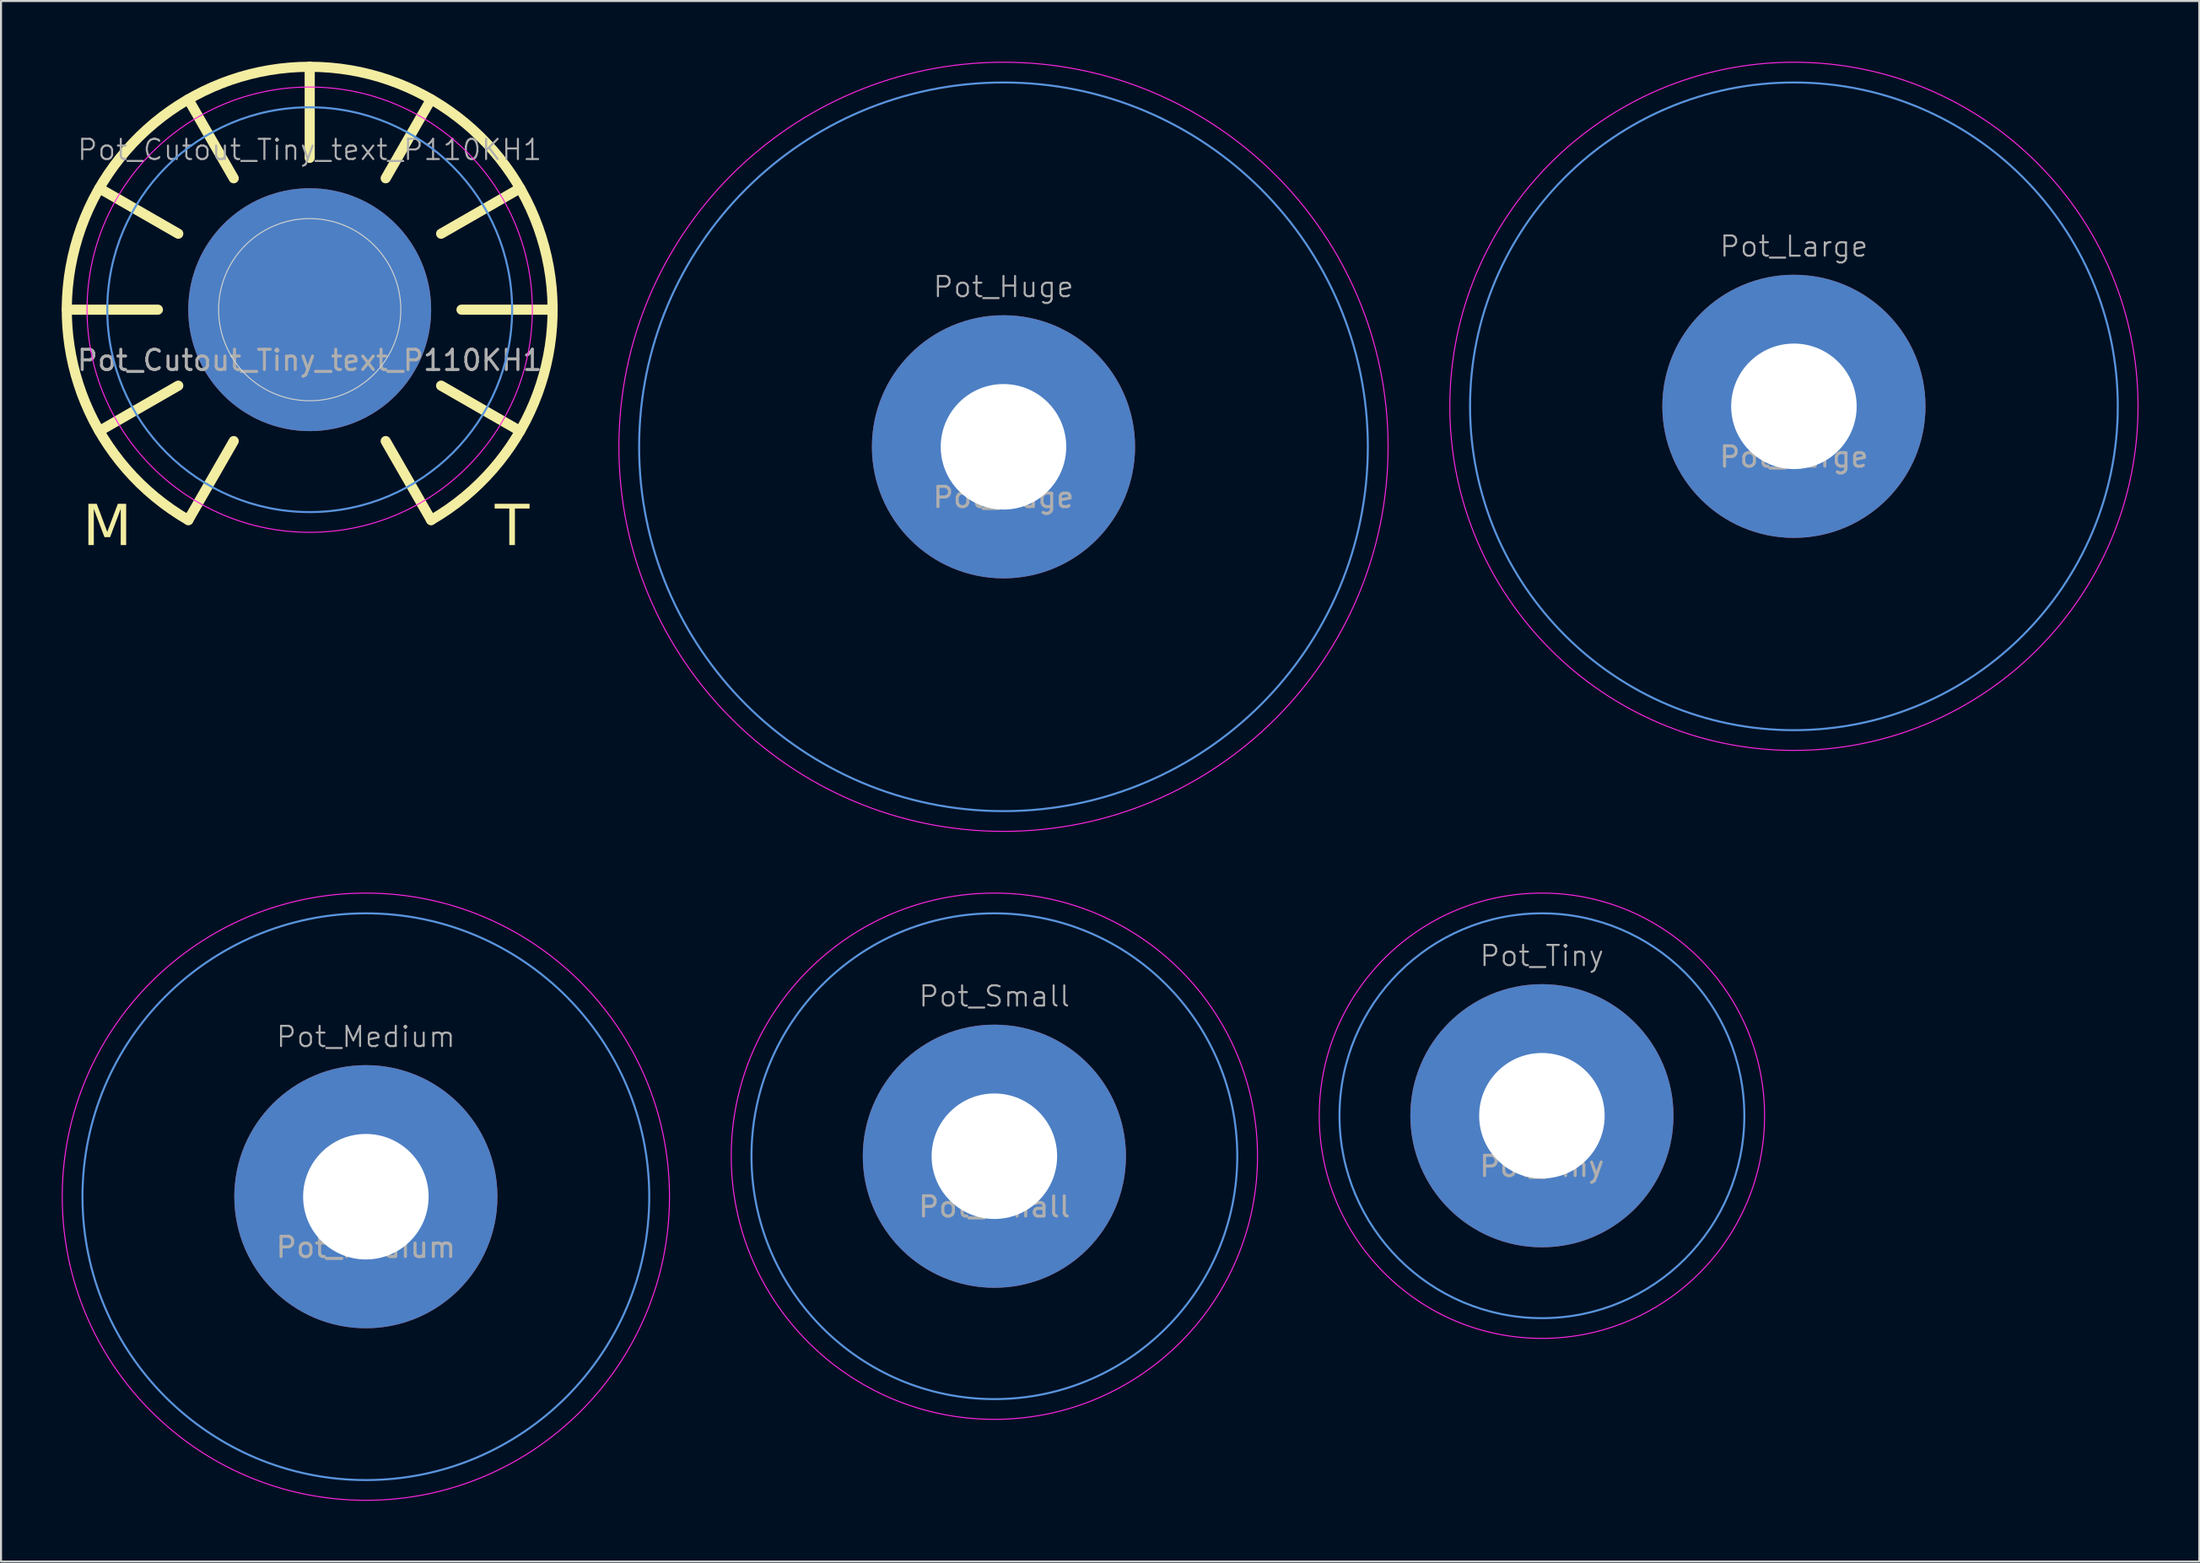
<source format=kicad_pcb>
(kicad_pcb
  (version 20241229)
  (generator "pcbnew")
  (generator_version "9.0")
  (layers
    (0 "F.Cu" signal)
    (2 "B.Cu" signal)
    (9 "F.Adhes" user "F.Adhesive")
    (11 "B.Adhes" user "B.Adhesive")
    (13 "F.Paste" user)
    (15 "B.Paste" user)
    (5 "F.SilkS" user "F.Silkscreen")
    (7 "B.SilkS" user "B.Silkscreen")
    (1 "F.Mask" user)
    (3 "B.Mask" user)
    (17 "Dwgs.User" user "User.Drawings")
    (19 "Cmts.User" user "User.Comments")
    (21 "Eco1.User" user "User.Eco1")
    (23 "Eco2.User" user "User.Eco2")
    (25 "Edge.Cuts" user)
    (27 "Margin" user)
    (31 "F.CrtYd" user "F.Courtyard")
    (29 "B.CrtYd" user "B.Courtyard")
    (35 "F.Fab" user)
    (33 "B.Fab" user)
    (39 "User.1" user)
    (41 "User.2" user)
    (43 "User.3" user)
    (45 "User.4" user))
  (footprint "Pot_Small"
    (layer "F.Cu")
    (at 46.075 54.075)
    (property "Reference" "Pot_Small" (at 0 -7.9 0) (unlocked yes) (layer "F.Fab") (effects (font (size 1 1) (thickness 0.1))))
    (attr through_hole)
    (fp_circle (center 0 0) (end 12 0) (stroke (width 0.1) (type default)) (fill no) (layer "Cmts.User"))
    (fp_circle (center 0 0) (end 13 0) (stroke (width 0.05) (type default)) (fill no) (layer "F.CrtYd"))
    (fp_text user "${REFERENCE}" (at 0 2.5 0) (unlocked yes) (layer "F.Fab") (effects (font (size 1 1) (thickness 0.15))))
    (pad "1" thru_hole circle (at 0 0) (size 13 13) (drill 6.2) (layers "*.Cu" "*.Mask")))
  (footprint "Pot_Large"
    (layer "F.Cu")
    (at 85.575 17.025)
    (property "Reference" "Pot_Large" (at 0 -7.9 0) (unlocked yes) (layer "F.Fab") (effects (font (size 1 1) (thickness 0.1))))
    (attr through_hole)
    (fp_circle (center 0 0) (end 16 0) (stroke (width 0.1) (type default)) (fill no) (layer "Cmts.User"))
    (fp_circle (center 0 0) (end 17 0) (stroke (width 0.05) (type default)) (fill no) (layer "F.CrtYd"))
    (fp_text user "${REFERENCE}" (at 0 2.5 0) (unlocked yes) (layer "F.Fab") (effects (font (size 1 1) (thickness 0.15))))
    (pad "1" thru_hole circle (at 0 0) (size 13 13) (drill 6.2) (layers "*.Cu" "*.Mask")))
  (footprint "Pot_Cutout_Tiny_text_P110KH1"
    (layer "F.Cu")
    (at 12.25 12.25)
    (property "Reference" "Pot_Cutout_Tiny_text_P110KH1" (at 0 -7.9 0) (unlocked yes) (layer "F.Fab") (effects (font (size 1 1) (thickness 0.1))))
    (property "Text1" "M" (at -10 10.8 0) (layer "F.SilkS") (effects (font (face "Nulshock Rg") (size 2 2) (thickness 0.1))))
    (property "Text2" "T" (at 10 10.8 0) (layer "F.SilkS") (effects (font (face "Nulshock Rg") (size 2 2) (thickness 0.15))))
    (attr through_hole)
    (fp_line (start -7.5 0) (end -12 0) (stroke (width 0.5) (type default)) (layer "F.SilkS"))
    (fp_line (start -6.493 -3.754) (end -10.394 -5.997) (stroke (width 0.5) (type default)) (layer "F.SilkS"))
    (fp_line (start -6.493 3.754) (end -10.394 5.997) (stroke (width 0.5) (type default)) (layer "F.SilkS"))
    (fp_line (start -3.754 -6.493) (end -5.997 -10.394) (stroke (width 0.5) (type default)) (layer "F.SilkS"))
    (fp_line (start -3.754 6.493) (end -5.997 10.394) (stroke (width 0.5) (type default)) (layer "F.SilkS"))
    (fp_line (start 0 -7.5) (end 0 -12) (stroke (width 0.5) (type default)) (layer "F.SilkS"))
    (fp_line (start 3.754 -6.493) (end 5.997 -10.394) (stroke (width 0.5) (type default)) (layer "F.SilkS"))
    (fp_line (start 3.754 6.493) (end 5.997 10.394) (stroke (width 0.5) (type default)) (layer "F.SilkS"))
    (fp_line (start 6.493 -3.754) (end 10.394 -5.997) (stroke (width 0.5) (type default)) (layer "F.SilkS"))
    (fp_line (start 6.493 3.754) (end 10.394 5.997) (stroke (width 0.5) (type default)) (layer "F.SilkS"))
    (fp_line (start 7.5 0) (end 12 0) (stroke (width 0.5) (type default)) (layer "F.SilkS"))
    (fp_arc (start -5.996567 10.394285) (mid -11.591622 -3.103914) (end 0 -11.999999) (stroke (width 0.5) (type default)) (layer "F.SilkS"))
    (fp_arc (start 0 -11.999996) (mid 11.591604 -3.103969) (end 5.996669 10.394227) (stroke (width 0.5) (type default)) (layer "F.SilkS"))
    (fp_circle (center 0 0) (end 10 0) (stroke (width 0.1) (type default)) (fill no) (layer "Cmts.User"))
    (fp_circle (center 0 0) (end 4.5 0) (stroke (width 0.05) (type default)) (fill no) (layer "Edge.Cuts"))
    (fp_circle (center 0 0) (end 11 0) (stroke (width 0.05) (type default)) (fill no) (layer "F.CrtYd"))
    (fp_text user "${REFERENCE}" (at 0 2.5 0) (unlocked yes) (layer "F.Fab") (effects (font (size 1 1) (thickness 0.15))))
    (pad "1" connect circle (at 0 0) (size 12 12) (layers "F.Cu" "F.Mask"))
    (pad "1" connect circle (at 0 0) (size 12 12) (layers "B.Cu" "B.Mask")))
  (footprint "Pot_Huge"
    (layer "F.Cu")
    (at 46.525 19.025)
    (property "Reference" "Pot_Huge" (at 0 -7.9 0) (unlocked yes) (layer "F.Fab") (effects (font (size 1 1) (thickness 0.1))))
    (attr through_hole)
    (fp_circle (center 0 0) (end 0 18) (stroke (width 0.1) (type default)) (fill no) (layer "Cmts.User"))
    (fp_circle (center 0 0) (end 0 19) (stroke (width 0.05) (type default)) (fill no) (layer "F.CrtYd"))
    (fp_text user "${REFERENCE}" (at 0 2.5 0) (unlocked yes) (layer "F.Fab") (effects (font (size 1 1) (thickness 0.15))))
    (pad "1" thru_hole circle (at 0 0) (size 13 13) (drill 6.2) (layers "*.Cu" "*.Mask")))
  (footprint "Pot_Medium"
    (layer "F.Cu")
    (at 15.025 56.075)
    (property "Reference" "Pot_Medium" (at 0 -7.9 0) (unlocked yes) (layer "F.Fab") (effects (font (size 1 1) (thickness 0.1))))
    (attr through_hole)
    (fp_circle (center 0 0) (end 14 0) (stroke (width 0.1) (type default)) (fill no) (layer "Cmts.User"))
    (fp_circle (center 0 0) (end 15 0) (stroke (width 0.05) (type default)) (fill no) (layer "F.CrtYd"))
    (fp_text user "${REFERENCE}" (at 0 2.5 0) (unlocked yes) (layer "F.Fab") (effects (font (size 1 1) (thickness 0.15))))
    (pad "1" thru_hole circle (at 0 0) (size 13 13) (drill 6.2) (layers "*.Cu" "*.Mask")))
  (footprint "Pot_Tiny"
    (layer "F.Cu")
    (at 73.125 52.075)
    (property "Reference" "Pot_Tiny" (at 0 -7.9 0) (unlocked yes) (layer "F.Fab") (effects (font (size 1 1) (thickness 0.1))))
    (attr through_hole)
    (fp_circle (center 0 0) (end 10 0) (stroke (width 0.1) (type default)) (fill no) (layer "Cmts.User"))
    (fp_circle (center 0 0) (end 11 0) (stroke (width 0.05) (type default)) (fill no) (layer "F.CrtYd"))
    (fp_text user "${REFERENCE}" (at 0 2.5 0) (unlocked yes) (layer "F.Fab") (effects (font (size 1 1) (thickness 0.15))))
    (pad "1" thru_hole circle (at 0 0) (size 13 13) (drill 6.2) (layers "*.Cu" "*.Mask")))
  (gr_rect
    (start -3 -3)
    (end 105.6 74.1)
    (stroke (width 0.1) (type default))
    (fill no)
    (layer "Edge.Cuts")))
</source>
